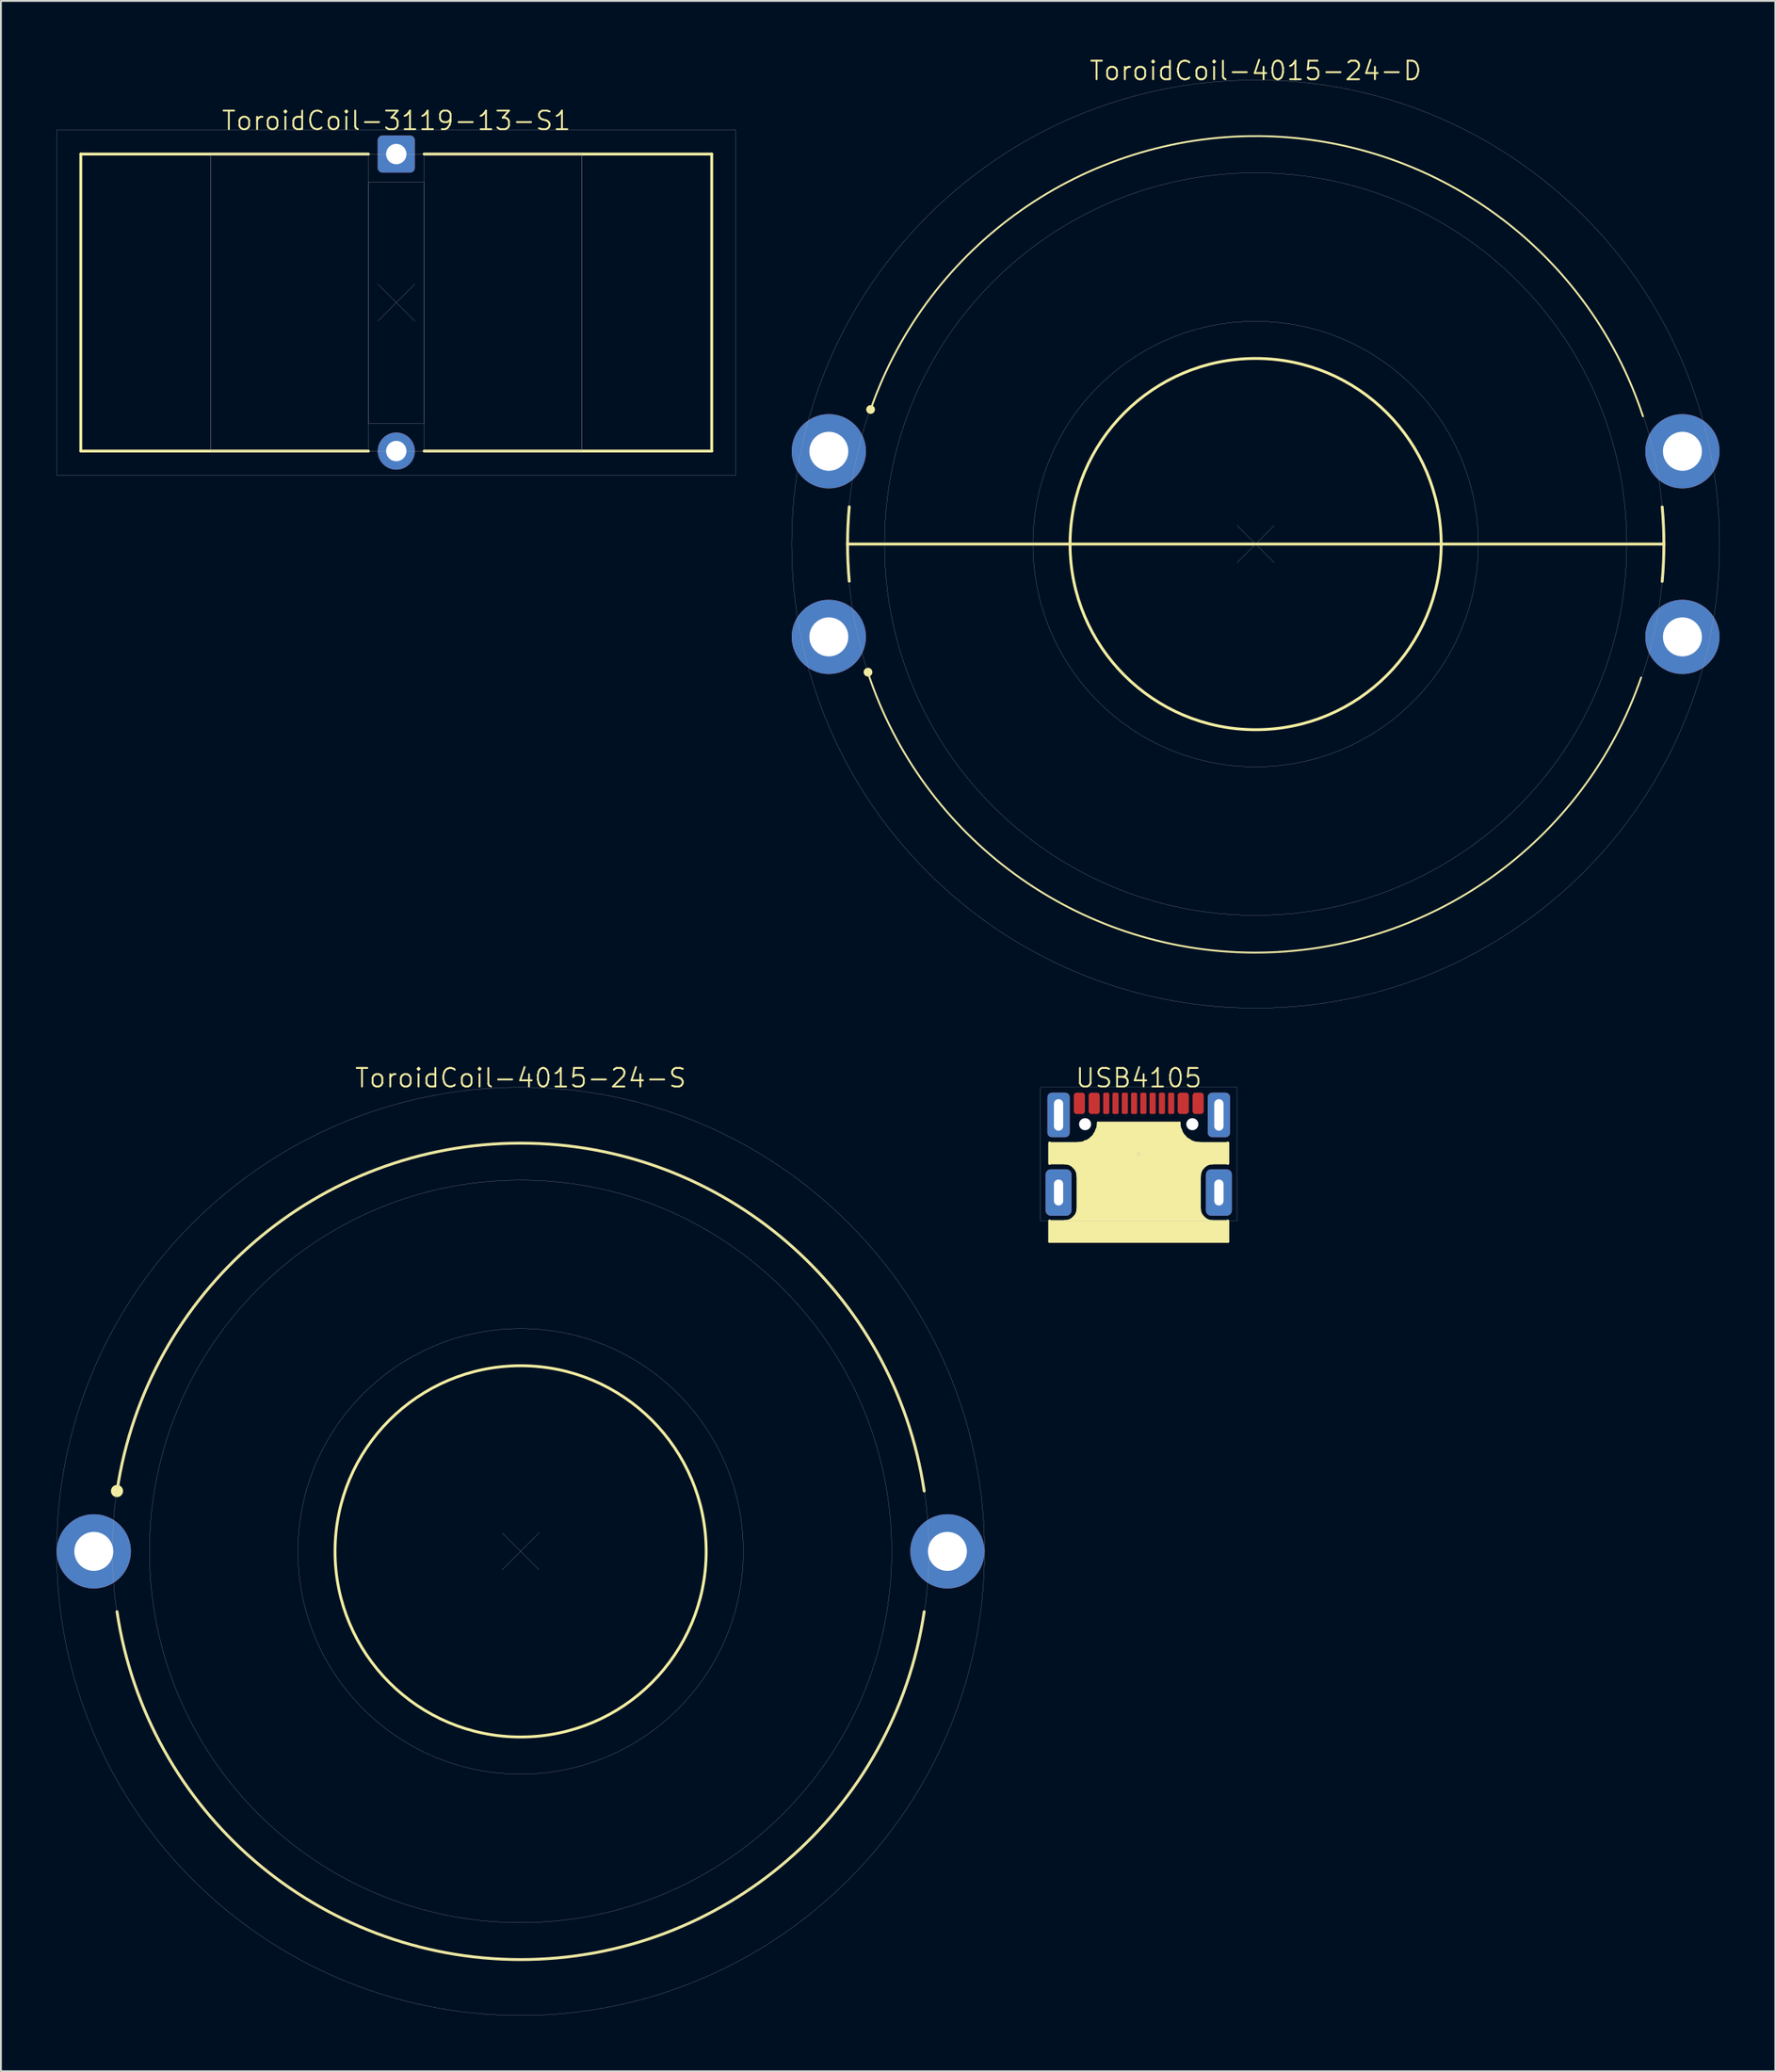
<source format=kicad_pcb>
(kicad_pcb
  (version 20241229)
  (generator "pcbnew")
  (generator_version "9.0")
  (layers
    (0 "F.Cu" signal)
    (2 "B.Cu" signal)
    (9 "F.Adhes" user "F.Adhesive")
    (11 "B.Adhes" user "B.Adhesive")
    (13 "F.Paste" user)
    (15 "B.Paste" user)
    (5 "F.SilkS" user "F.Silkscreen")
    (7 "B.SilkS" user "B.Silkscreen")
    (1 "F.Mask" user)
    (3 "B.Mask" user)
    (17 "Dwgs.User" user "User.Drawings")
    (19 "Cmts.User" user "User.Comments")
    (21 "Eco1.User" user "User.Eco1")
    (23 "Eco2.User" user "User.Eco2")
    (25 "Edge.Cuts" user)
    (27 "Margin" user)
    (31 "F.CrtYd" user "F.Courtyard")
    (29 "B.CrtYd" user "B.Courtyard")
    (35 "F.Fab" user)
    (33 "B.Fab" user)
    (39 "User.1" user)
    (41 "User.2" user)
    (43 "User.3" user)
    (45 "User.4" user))
  (footprint "ToroidCoil-3119-13-S1"
    (layer "F.Cu")
    (at 18.305 0.25)
    (property "Reference" "ToroidCoil-3119-13-S1" (at 0 3.2 0) (unlocked yes) (layer "F.SilkS") (effects (font (size 1 1) (thickness 0.1))))
    (attr through_hole)
    (fp_line (start -17 5) (end -17 21) (stroke (width 0.154) (type default)) (layer "F.SilkS"))
    (fp_line (start -17 5) (end -1.5 5) (stroke (width 0.154) (type default)) (layer "F.SilkS"))
    (fp_line (start -17 21) (end -1.5 21) (stroke (width 0.154) (type default)) (layer "F.SilkS"))
    (fp_line (start 17 5) (end 1.5 5) (stroke (width 0.154) (type default)) (layer "F.SilkS"))
    (fp_line (start 17 21) (end 1.5 21) (stroke (width 0.154) (type default)) (layer "F.SilkS"))
    (fp_line (start 17 21) (end 17 5) (stroke (width 0.154) (type default)) (layer "F.SilkS"))
    (fp_line (start -1 12) (end 1 14) (stroke (width 0.01) (type default)) (layer "F.Fab"))
    (fp_line (start -1 14) (end 1 12) (stroke (width 0.01) (type default)) (layer "F.Fab"))
    (fp_rect (start -18.3 3.7) (end 18.3 22.3) (stroke (width 0.01) (type default)) (fill no) (layer "F.Fab"))
    (fp_rect (start -10 5) (end -1.5 21) (stroke (width 0.01) (type solid)) (fill no) (layer "F.Fab"))
    (fp_rect (start -10 5) (end 10 21) (stroke (width 0.01) (type default)) (fill no) (layer "F.Fab"))
    (fp_rect (start -1.5 6.5) (end 1.5 19.5) (stroke (width 0.01) (type solid)) (fill no) (layer "F.Fab"))
    (fp_rect (start 1.5 5) (end 10 21) (stroke (width 0.01) (type solid)) (fill no) (layer "F.Fab"))
    (pad "1" thru_hole roundrect (at 0 5) (size 2 2) (drill 1.1) (layers "*.Cu" "*.Mask") (roundrect_rratio 0.125))
    (pad "2" thru_hole circle (at 0 21) (size 2 2) (drill 1.1) (layers "*.Cu" "*.Mask")))
  (footprint "USB4105"
    (layer "F.Cu")
    (at 58.315 59.126)
    (property "Reference" "USB4105" (at 0 -4.1 0) (unlocked yes) (layer "F.SilkS") (effects (font (size 1 1) (thickness 0.1))))
    (attr smd)
    (fp_line (start -4.8 -0.6) (end -4.8 0.5) (stroke (width 0.154) (type solid)) (layer "F.SilkS"))
    (fp_line (start -4.8 3.6) (end -4.8 4.7) (stroke (width 0.154) (type solid)) (layer "F.SilkS"))
    (fp_line (start -4.8 4.7) (end 4.8 4.7) (stroke (width 0.154) (type solid)) (layer "F.SilkS"))
    (fp_line (start 4.8 -0.6) (end 4.8 0.5) (stroke (width 0.154) (type solid)) (layer "F.SilkS"))
    (fp_line (start 4.8 4.7) (end 4.8 3.6) (stroke (width 0.154) (type solid)) (layer "F.SilkS"))
    (fp_arc (start -4 0.5) (mid -3.505025 0.705025) (end -3.3 1.2) (stroke (width 0.1) (type default)) (layer "F.SilkS"))
    (fp_arc (start -3.294975 2.905025) (mid -3.5 3.4) (end -3.994975 3.605025) (stroke (width 0.1) (type default)) (layer "F.SilkS"))
    (fp_arc (start -2.2 -1.7) (mid -2.522183 -0.922183) (end -3.3 -0.6) (stroke (width 0.1) (type default)) (layer "F.SilkS"))
    (fp_arc (start 3.3 -0.6) (mid 2.522183 -0.922183) (end 2.2 -1.7) (stroke (width 0.1) (type default)) (layer "F.SilkS"))
    (fp_arc (start 3.3 1.2) (mid 3.505025 0.705025) (end 4 0.5) (stroke (width 0.1) (type default)) (layer "F.SilkS"))
    (fp_arc (start 3.994975 3.605025) (mid 3.5 3.4) (end 3.294975 2.905025) (stroke (width 0.1) (type default)) (layer "F.SilkS"))
    (fp_poly (pts (xy -4.8 -0.6) (xy -4.8 0.5) (xy -3.7 0.5) (xy -3.505 0.695) (xy -3.505 0.705) (xy -3.41 0.8) (xy -3.4 0.8) (xy -3.3 0.9) (xy -3.3 2.9) (xy -3.295 2.905) (xy -3.295 2.995) (xy -3.3 3) (xy -3.3 3.2) (xy -3.7 3.6) (xy -3.99 3.6) (xy -3.995 3.605) (xy -4.795 3.605) (xy -4.8 3.6) (xy -4.8 4.7) (xy 4.8 4.7) (xy 4.8 3.6) (xy 4 3.6) (xy 3.995 3.605) (xy 3.805 3.605) (xy 3.8 3.6) (xy 3.7 3.6) (xy 3.3 3.2) (xy 3.3 2.91) (xy 3.295 2.905) (xy 3.295 1.205) (xy 3.3 1.2) (xy 3.3 0.9) (xy 3.7 0.5) (xy 4.8 0.5) (xy 4.8 -0.6) (xy 2.9 -0.6) (xy 2.7 -0.8) (xy 2.6 -0.8) (xy 2.522 -0.878) (xy 2.522 -0.922) (xy 2.444 -1) (xy 2.4 -1) (xy 2.3 -1.1) (xy 2.3 -1.3) (xy 2.2 -1.4) (xy 2.2 -1.7) (xy -2.2 -1.7) (xy -2.2 -1.4) (xy -2.3 -1.3) (xy -2.3 -1.2) (xy -2.4 -1.1) (xy -2.4 -1) (xy -2.478 -0.922) (xy -2.522 -0.922) (xy -2.6 -0.844) (xy -2.6 -0.8) (xy -2.7 -0.7) (xy -2.9 -0.7) (xy -3 -0.6) (xy -4.8 -0.6)) (stroke (width 0.1) (type solid)) (fill yes) (layer "F.SilkS"))
    (fp_line (start -0.1 -0.1) (end 0.1 0.1) (stroke (width 0.01) (type default)) (layer "F.Fab"))
    (fp_line (start 0.1 -0.1) (end -0.1 0.1) (stroke (width 0.01) (type default)) (layer "F.Fab"))
    (fp_rect (start -5.3 -3.6) (end 5.3 3.6) (stroke (width 0.01) (type solid)) (fill no) (layer "F.Fab"))
    (pad "" np_thru_hole circle (at -2.89 -1.613) (size 0.65 0.65) (drill 0.65) (layers "*.Cu" "*.Mask"))
    (pad "" np_thru_hole circle (at 2.89 -1.613) (size 0.65 0.65) (drill 0.65) (layers "*.Cu" "*.Mask"))
    (pad "A1B12" smd roundrect (at -3.2 -2.737) (size 0.6 1.15) (layers "F.Cu" "F.Mask" "F.Paste") (roundrect_rratio 0.25))
    (pad "A4B9" smd roundrect (at -2.4 -2.737) (size 0.6 1.15) (layers "F.Cu" "F.Mask" "F.Paste") (roundrect_rratio 0.25))
    (pad "A5" smd roundrect (at -1.25 -2.737) (size 0.33 1.15) (layers "F.Cu" "F.Mask" "F.Paste") (roundrect_rratio 0.25))
    (pad "A6" smd roundrect (at -0.25 -2.737) (size 0.33 1.15) (layers "F.Cu" "F.Mask" "F.Paste") (roundrect_rratio 0.25))
    (pad "A7" smd roundrect (at 0.25 -2.737) (size 0.33 1.15) (layers "F.Cu" "F.Mask" "F.Paste") (roundrect_rratio 0.25))
    (pad "A8" smd roundrect (at 1.25 -2.737) (size 0.33 1.15) (layers "F.Cu" "F.Mask" "F.Paste") (roundrect_rratio 0.25))
    (pad "B1A12" smd roundrect (at 3.2 -2.737) (size 0.6 1.15) (layers "F.Cu" "F.Mask" "F.Paste") (roundrect_rratio 0.25))
    (pad "B4A9" smd roundrect (at 2.4 -2.737) (size 0.6 1.15) (layers "F.Cu" "F.Mask" "F.Paste") (roundrect_rratio 0.25))
    (pad "B5" smd roundrect (at 1.75 -2.737) (size 0.33 1.15) (layers "F.Cu" "F.Mask" "F.Paste") (roundrect_rratio 0.25))
    (pad "B6" smd roundrect (at 0.75 -2.737) (size 0.33 1.15) (layers "F.Cu" "F.Mask" "F.Paste") (roundrect_rratio 0.25))
    (pad "B7" smd roundrect (at -0.75 -2.737) (size 0.33 1.15) (layers "F.Cu" "F.Mask" "F.Paste") (roundrect_rratio 0.25))
    (pad "B8" smd roundrect (at -1.75 -2.737) (size 0.33 1.15) (layers "F.Cu" "F.Mask" "F.Paste") (roundrect_rratio 0.25))
    (pad "S1" thru_hole roundrect (at -4.32 -2.112) (size 1.2 2.4) (drill oval 0.5 1.7) (layers "*.Cu" "*.Mask") (roundrect_rratio 0.2))
    (pad "S2" thru_hole roundrect (at -4.32 2.067) (size 1.4 2.5) (drill oval 0.5 1.4) (layers "*.Cu" "*.Mask") (roundrect_rratio 0.2))
    (pad "S3" thru_hole roundrect (at 4.32 2.067) (size 1.4 2.5) (drill oval 0.5 1.4) (layers "*.Cu" "*.Mask") (roundrect_rratio 0.2))
    (pad "S4" thru_hole roundrect (at 4.32 -2.112) (size 1.2 2.4) (drill oval 0.5 1.7) (layers "*.Cu" "*.Mask") (roundrect_rratio 0.2)))
  (footprint "ToroidCoil-4015-24-S"
    (layer "F.Cu")
    (at 25.005 80.526)
    (property "Reference" "ToroidCoil-4015-24-S" (at 0 -25.5 0) (unlocked yes) (layer "F.SilkS") (effects (font (size 1 1) (thickness 0.1))))
    (attr smd)
    (fp_arc (start -21.749999 -3.25) (mid 0 -21.991475) (end 21.749999 -3.25) (stroke (width 0.154) (type default)) (layer "F.SilkS"))
    (fp_arc (start 21.749998 3.25) (mid -0.000001 21.991475) (end -21.75 3.25) (stroke (width 0.154) (type default)) (layer "F.SilkS"))
    (fp_circle (center -21.75 -3.25) (end -21.5 -3.25) (stroke (width 0.154) (type solid)) (fill yes) (layer "F.SilkS"))
    (fp_circle (center 0 0) (end 10 0) (stroke (width 0.154) (type default)) (fill no) (layer "F.SilkS"))
    (fp_line (start -1 -1) (end 1 1) (stroke (width 0.01) (type default)) (layer "F.Fab"))
    (fp_line (start -1 1) (end 1 -1) (stroke (width 0.01) (type default)) (layer "F.Fab"))
    (fp_circle (center 0 0) (end 12 0) (stroke (width 0.01) (type default)) (fill no) (layer "F.Fab"))
    (fp_circle (center 0 0) (end 20 0) (stroke (width 0.01) (type default)) (fill no) (layer "F.Fab"))
    (fp_circle (center 0 0) (end 22 0) (stroke (width 0.01) (type default)) (fill no) (layer "F.Fab"))
    (fp_circle (center 0 0) (end 25 0) (stroke (width 0.01) (type default)) (fill no) (layer "F.Fab"))
    (pad "1" thru_hole circle (at -23 0) (size 4 4) (drill 2.1) (layers "*.Cu" "*.Mask"))
    (pad "2" thru_hole circle (at 23 0) (size 4 4) (drill 2.1) (layers "*.Cu" "*.Mask")))
  (footprint "ToroidCoil-4015-24-D"
    (layer "F.Cu")
    (at 64.615 26.261)
    (property "Reference" "ToroidCoil-4015-24-D" (at 0 -25.5 0) (unlocked yes) (layer "F.SilkS") (effects (font (size 1 1) (thickness 0.1))))
    (attr through_hole)
    (fp_line (start -22 0) (end 22 0) (stroke (width 0.154) (type default)) (layer "F.SilkS"))
    (fp_arc (start -21.9 2) (mid -21.991092 -0.004979) (end -21.899092 -2.009917) (stroke (width 0.154) (type default)) (layer "F.SilkS"))
    (fp_arc (start -20.749999 -7.25) (mid 0.192875 -21.979257) (end 20.874036 -6.884735) (stroke (width 0.1) (type default)) (layer "F.SilkS"))
    (fp_arc (start 20.773272 7.190775) (mid -0.164137 22.007498) (end -20.899999 6.91) (stroke (width 0.1) (type default)) (layer "F.SilkS"))
    (fp_arc (start 21.91 -2) (mid 22.001092 0.004979) (end 21.909092 2.009917) (stroke (width 0.154) (type default)) (layer "F.SilkS"))
    (fp_circle (center -20.888 6.9) (end -20.73 6.9) (stroke (width 0.154) (type solid)) (fill yes) (layer "F.SilkS"))
    (fp_circle (center -20.75 -7.25) (end -20.592 -7.25) (stroke (width 0.154) (type solid)) (fill yes) (layer "F.SilkS"))
    (fp_circle (center 0 0) (end 10 0) (stroke (width 0.154) (type default)) (fill no) (layer "F.SilkS"))
    (fp_line (start -1 -1) (end 1 1) (stroke (width 0.01) (type default)) (layer "F.Fab"))
    (fp_line (start -1 1) (end 1 -1) (stroke (width 0.01) (type default)) (layer "F.Fab"))
    (fp_circle (center 0 0) (end 12 0) (stroke (width 0.01) (type default)) (fill no) (layer "F.Fab"))
    (fp_circle (center 0 0) (end 20 0) (stroke (width 0.01) (type default)) (fill no) (layer "F.Fab"))
    (fp_circle (center 0 0) (end 22 0) (stroke (width 0.01) (type default)) (fill no) (layer "F.Fab"))
    (fp_circle (center 0 0) (end 25 0) (stroke (width 0.01) (type default)) (fill no) (layer "F.Fab"))
    (pad "1" thru_hole circle (at -23 -5) (size 4 4) (drill 2.1) (layers "*.Cu" "*.Mask"))
    (pad "2" thru_hole circle (at 23 -5) (size 4 4) (drill 2.1) (layers "*.Cu" "*.Mask"))
    (pad "3" thru_hole circle (at -23 5) (size 4 4) (drill 2.1) (layers "*.Cu" "*.Mask"))
    (pad "4" thru_hole circle (at 23 5) (size 4 4) (drill 2.1) (layers "*.Cu" "*.Mask")))
  (gr_rect
    (start -3 -3)
    (end 92.62 108.531)
    (stroke (width 0.1) (type default))
    (fill no)
    (layer "Edge.Cuts")))
</source>
